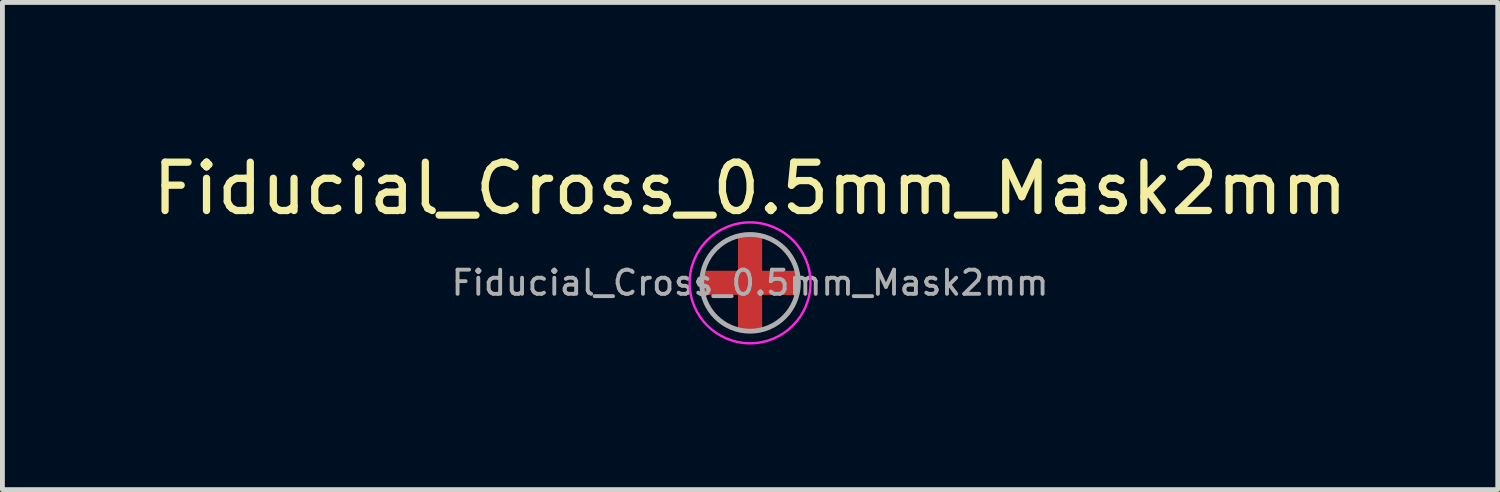
<source format=kicad_pcb>
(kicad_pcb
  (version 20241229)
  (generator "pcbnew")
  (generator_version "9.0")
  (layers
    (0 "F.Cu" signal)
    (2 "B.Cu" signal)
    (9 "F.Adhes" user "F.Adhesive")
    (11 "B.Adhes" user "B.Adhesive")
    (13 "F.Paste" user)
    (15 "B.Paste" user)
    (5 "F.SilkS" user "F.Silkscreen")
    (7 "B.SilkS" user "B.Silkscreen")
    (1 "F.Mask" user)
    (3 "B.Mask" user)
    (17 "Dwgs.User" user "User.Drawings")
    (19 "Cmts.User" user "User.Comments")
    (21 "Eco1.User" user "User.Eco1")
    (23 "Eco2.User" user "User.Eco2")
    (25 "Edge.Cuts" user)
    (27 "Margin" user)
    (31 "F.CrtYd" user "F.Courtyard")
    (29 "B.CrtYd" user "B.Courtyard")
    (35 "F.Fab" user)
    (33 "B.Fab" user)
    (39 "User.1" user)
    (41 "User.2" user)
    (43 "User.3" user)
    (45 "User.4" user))
  (footprint "Fiducial_Cross_0.5mm_Mask2mm"
    (layer "F.Cu")
    (at 12.458 2.798)
    (property "Reference" "Fiducial_Cross_0.5mm_Mask2mm" (at 0 -1.95 0) (layer "F.SilkS") (effects (font (size 1 1) (thickness 0.15))))
    (attr smd exclude_from_bom)
    (fp_rect (start -1 -0.25) (end 1 0.25) (stroke (width 0) (type solid)) (fill yes) (layer "F.Cu"))
    (fp_rect (start -0.25 -1) (end 0.25 1) (stroke (width 0) (type solid)) (fill yes) (layer "F.Cu"))
    (fp_circle (center 0 0) (end 1.25 0) (stroke (width 0.05) (type solid)) (fill no) (layer "F.CrtYd"))
    (fp_circle (center 0 0) (end 1 0) (stroke (width 0.1) (type solid)) (fill no) (layer "F.Fab"))
    (fp_text user "${REFERENCE}" (at 0 0 0) (layer "F.Fab") (effects (font (size 0.5 0.5) (thickness 0.08))))
    (pad "" smd circle (at 0 0) (size 0.5 0.5) (layers "F.Cu" "F.Mask")))
  (gr_rect
    (start -3 -3)
    (end 27.917 7.073)
    (stroke (width 0.1) (type default))
    (fill no)
    (layer "Edge.Cuts")))
</source>
